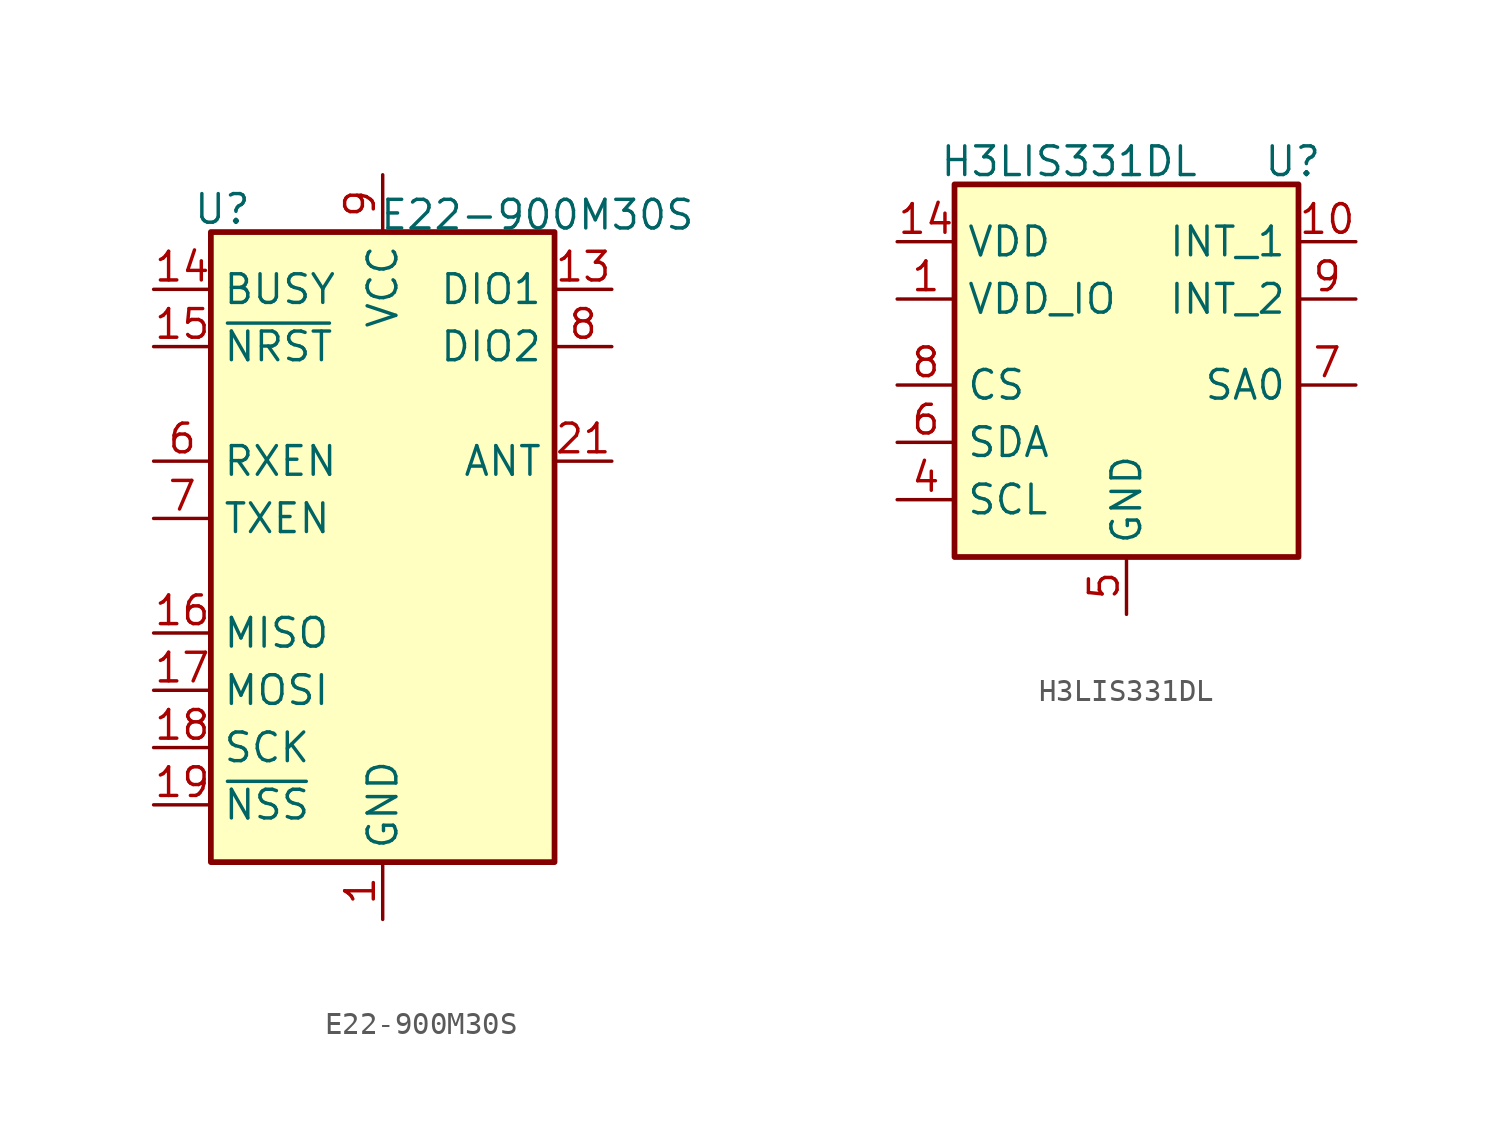
<source format=kicad_sym>
(kicad_symbol_lib
  (version 20231120)
  (generator "kicad_symbol_editor")
  (generator_version "8.0")
  (symbol "E22-900M30S"
    (property "Reference" "U"
      (at -7.112 14.986 0)
      (effects (font (size 1.27 1.27))))
    (property "Value" "E22-900M30S"
      (at 6.858 14.732 0)
      (effects (font (size 1.27 1.27))))
    (symbol "E22-900M30S_0_1"
      (rectangle (start -7.62 13.97) (end 7.62 -13.97) (stroke (width 0.254) (type default)) (fill (type background))))
    (symbol "E22-900M30S_1_1"
      (pin power_in line (at 0 -16.51 90) (length 2.54) (name "GND" (effects (font (size 1.27 1.27)))) (number "1" (effects (font (size 1.27 1.27)))))
      (pin passive line (at 0 16.51 270) (length 2.54) hide (name "VCC" (effects (font (size 1.27 1.27)))) (number "10" (effects (font (size 1.27 1.27)))))
      (pin passive line (at 0 -16.51 90) (length 2.54) hide (name "GND" (effects (font (size 1.27 1.27)))) (number "11" (effects (font (size 1.27 1.27)))))
      (pin passive line (at 0 -16.51 90) (length 2.54) hide (name "GND" (effects (font (size 1.27 1.27)))) (number "12" (effects (font (size 1.27 1.27)))))
      (pin bidirectional line (at 10.16 11.43 180) (length 2.54) (name "DIO1" (effects (font (size 1.27 1.27)))) (number "13" (effects (font (size 1.27 1.27)))))
      (pin output line (at -10.16 11.43 0) (length 2.54) (name "BUSY" (effects (font (size 1.27 1.27)))) (number "14" (effects (font (size 1.27 1.27)))))
      (pin input line (at -10.16 8.89 0) (length 2.54) (name "~{NRST}" (effects (font (size 1.27 1.27)))) (number "15" (effects (font (size 1.27 1.27)))))
      (pin output line (at -10.16 -3.81 0) (length 2.54) (name "MISO" (effects (font (size 1.27 1.27)))) (number "16" (effects (font (size 1.27 1.27)))))
      (pin input line (at -10.16 -6.35 0) (length 2.54) (name "MOSI" (effects (font (size 1.27 1.27)))) (number "17" (effects (font (size 1.27 1.27)))))
      (pin input line (at -10.16 -8.89 0) (length 2.54) (name "SCK" (effects (font (size 1.27 1.27)))) (number "18" (effects (font (size 1.27 1.27)))))
      (pin input line (at -10.16 -11.43 0) (length 2.54) (name "~{NSS}" (effects (font (size 1.27 1.27)))) (number "19" (effects (font (size 1.27 1.27)))))
      (pin passive line (at 0 -16.51 90) (length 2.54) hide (name "GND" (effects (font (size 1.27 1.27)))) (number "2" (effects (font (size 1.27 1.27)))))
      (pin passive line (at 0 -16.51 90) (length 2.54) hide (name "GND" (effects (font (size 1.27 1.27)))) (number "20" (effects (font (size 1.27 1.27)))))
      (pin input line (at 10.16 3.81 180) (length 2.54) (name "ANT" (effects (font (size 1.27 1.27)))) (number "21" (effects (font (size 1.27 1.27)))))
      (pin passive line (at 0 -16.51 90) (length 2.54) hide (name "GND" (effects (font (size 1.27 1.27)))) (number "22" (effects (font (size 1.27 1.27)))))
      (pin passive line (at 0 -16.51 90) (length 2.54) hide (name "GND" (effects (font (size 1.27 1.27)))) (number "3" (effects (font (size 1.27 1.27)))))
      (pin passive line (at 0 -16.51 90) (length 2.54) hide (name "GND" (effects (font (size 1.27 1.27)))) (number "4" (effects (font (size 1.27 1.27)))))
      (pin passive line (at 0 -16.51 90) (length 2.54) hide (name "GND" (effects (font (size 1.27 1.27)))) (number "5" (effects (font (size 1.27 1.27)))))
      (pin input line (at -10.16 3.81 0) (length 2.54) (name "RXEN" (effects (font (size 1.27 1.27)))) (number "6" (effects (font (size 1.27 1.27)))))
      (pin input line (at -10.16 1.27 0) (length 2.54) (name "TXEN" (effects (font (size 1.27 1.27)))) (number "7" (effects (font (size 1.27 1.27)))))
      (pin bidirectional line (at 10.16 8.89 180) (length 2.54) (name "DIO2" (effects (font (size 1.27 1.27)))) (number "8" (effects (font (size 1.27 1.27)))))
      (pin power_in line (at 0 16.51 270) (length 2.54) (name "VCC" (effects (font (size 1.27 1.27)))) (number "9" (effects (font (size 1.27 1.27)))))))
  (symbol "H3LIS331DL"
    (property "Reference" "U"
      (at 7.366 9.906 0)
      (effects (font (size 1.27 1.27))))
    (property "Value" "H3LIS331DL"
      (at -2.54 9.906 0)
      (effects (font (size 1.27 1.27))))
    (symbol "H3LIS331DL_0_1"
      (rectangle (start -7.62 8.89) (end 7.62 -7.62) (stroke (width 0.254) (type default)) (fill (type background))))
    (symbol "H3LIS331DL_1_1"
      (pin power_in line (at -10.16 3.81 0) (length 2.54) (name "VDD_IO" (effects (font (size 1.27 1.27)))) (number "1" (effects (font (size 1.27 1.27)))))
      (pin bidirectional line (at 10.16 6.35 180) (length 2.54) (name "INT_1" (effects (font (size 1.27 1.27)))) (number "10" (effects (font (size 1.27 1.27)))))
      (pin power_in line (at 0 -10.16 90) (length 2.54) hide (name "NC" (effects (font (size 1.27 1.27)))) (number "10" (effects (font (size 1.27 1.27)))))
      (pin power_in line (at 0 -10.16 90) (length 2.54) hide (name "GND" (effects (font (size 1.27 1.27)))) (number "12" (effects (font (size 1.27 1.27)))))
      (pin power_in line (at 0 -10.16 90) (length 2.54) hide (name "GND" (effects (font (size 1.27 1.27)))) (number "13" (effects (font (size 1.27 1.27)))))
      (pin power_in line (at -10.16 6.35 0) (length 2.54) (name "VDD" (effects (font (size 1.27 1.27)))) (number "14" (effects (font (size 1.27 1.27)))))
      (pin passive line (at -10.16 3.81 0) (length 2.54) hide (name "NC" (effects (font (size 1.27 1.27)))) (number "15" (effects (font (size 1.27 1.27)))))
      (pin power_in line (at 0 -10.16 90) (length 2.54) hide (name "GND" (effects (font (size 1.27 1.27)))) (number "16" (effects (font (size 1.27 1.27)))))
      (pin no_connect line (at 10.16 -3.81 180) (length 2.54) hide (name "NC" (effects (font (size 1.27 1.27)))) (number "2" (effects (font (size 1.27 1.27)))))
      (pin no_connect line (at 10.16 -3.81 180) (length 2.54) hide (name "NC" (effects (font (size 1.27 1.27)))) (number "3" (effects (font (size 1.27 1.27)))))
      (pin input line (at -10.16 -5.08 0) (length 2.54) (name "SCL" (effects (font (size 1.27 1.27)))) (number "4" (effects (font (size 1.27 1.27)))))
      (pin power_in line (at 0 -10.16 90) (length 2.54) (name "GND" (effects (font (size 1.27 1.27)))) (number "5" (effects (font (size 1.27 1.27)))))
      (pin bidirectional line (at -10.16 -2.54 0) (length 2.54) (name "SDA" (effects (font (size 1.27 1.27)))) (number "6" (effects (font (size 1.27 1.27)))))
      (pin bidirectional line (at 10.16 0 180) (length 2.54) (name "SA0" (effects (font (size 1.27 1.27)))) (number "7" (effects (font (size 1.27 1.27)))))
      (pin bidirectional line (at -10.16 0 0) (length 2.54) (name "CS" (effects (font (size 1.27 1.27)))) (number "8" (effects (font (size 1.27 1.27)))))
      (pin bidirectional line (at 10.16 3.81 180) (length 2.54) (name "INT_2" (effects (font (size 1.27 1.27)))) (number "9" (effects (font (size 1.27 1.27))))))))
</source>
